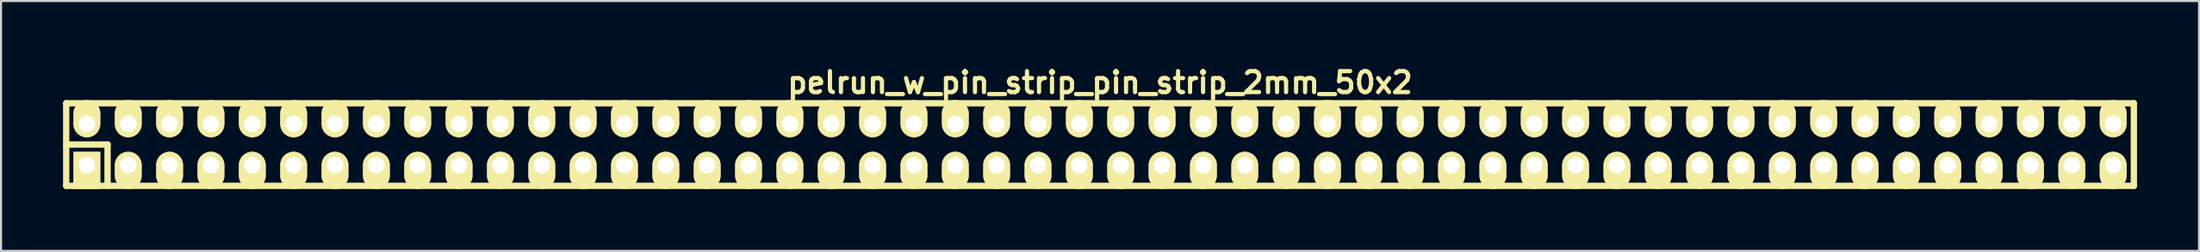
<source format=kicad_pcb>
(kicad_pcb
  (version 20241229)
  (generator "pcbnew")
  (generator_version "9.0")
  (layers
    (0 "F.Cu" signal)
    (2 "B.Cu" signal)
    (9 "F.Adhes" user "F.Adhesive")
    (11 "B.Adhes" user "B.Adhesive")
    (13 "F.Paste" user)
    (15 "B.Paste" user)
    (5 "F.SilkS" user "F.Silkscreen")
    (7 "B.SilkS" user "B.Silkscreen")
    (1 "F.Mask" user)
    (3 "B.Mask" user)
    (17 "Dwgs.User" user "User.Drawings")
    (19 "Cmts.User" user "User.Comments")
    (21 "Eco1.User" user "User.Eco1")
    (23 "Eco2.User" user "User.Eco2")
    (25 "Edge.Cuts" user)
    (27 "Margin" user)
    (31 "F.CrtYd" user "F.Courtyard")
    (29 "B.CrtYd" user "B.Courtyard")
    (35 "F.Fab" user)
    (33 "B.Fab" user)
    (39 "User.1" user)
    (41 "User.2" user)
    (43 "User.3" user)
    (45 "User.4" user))
  (footprint "pelrun_w_pin_strip_pin_strip_2mm_50x2"
    (layer "F.Cu")
    (at 50.152 3.951)
    (property "Reference" "pelrun_w_pin_strip_pin_strip_2mm_50x2" (at 0 -3 0) (layer "F.SilkS") (effects (font (size 1.016 1.016) (thickness 0.203))))
    (attr through_hole)
    (fp_line (start -50 -2) (end 50 -2) (stroke (width 0.305) (type solid)) (layer "F.SilkS"))
    (fp_line (start -50 0) (end -48 0) (stroke (width 0.305) (type solid)) (layer "F.SilkS"))
    (fp_line (start -50 2) (end -50 -2) (stroke (width 0.305) (type solid)) (layer "F.SilkS"))
    (fp_line (start -48 0) (end -48 2) (stroke (width 0.305) (type solid)) (layer "F.SilkS"))
    (fp_line (start 50 -2) (end 50 2) (stroke (width 0.305) (type solid)) (layer "F.SilkS"))
    (fp_line (start 50 2) (end -50 2) (stroke (width 0.305) (type solid)) (layer "F.SilkS"))
    (pad "1" thru_hole rect (at -49 1) (size 1.3 1.8) (drill 0.8 (offset 0 0.25)) (layers "*.Cu" "*.Mask" "F.SilkS"))
    (pad "2" thru_hole oval (at -49 -1) (size 1.3 1.8) (drill 0.8 (offset 0 -0.25)) (layers "*.Cu" "*.Mask" "F.SilkS"))
    (pad "3" thru_hole oval (at -47 1) (size 1.3 1.8) (drill 0.8 (offset 0 0.25)) (layers "*.Cu" "*.Mask" "F.SilkS"))
    (pad "4" thru_hole oval (at -47 -1) (size 1.3 1.8) (drill 0.8 (offset 0 -0.25)) (layers "*.Cu" "*.Mask" "F.SilkS"))
    (pad "5" thru_hole oval (at -45 1) (size 1.3 1.8) (drill 0.8 (offset 0 0.25)) (layers "*.Cu" "*.Mask" "F.SilkS"))
    (pad "6" thru_hole oval (at -45 -1) (size 1.3 1.8) (drill 0.8 (offset 0 -0.25)) (layers "*.Cu" "*.Mask" "F.SilkS"))
    (pad "7" thru_hole oval (at -43 1) (size 1.3 1.8) (drill 0.8 (offset 0 0.25)) (layers "*.Cu" "*.Mask" "F.SilkS"))
    (pad "8" thru_hole oval (at -43 -1) (size 1.3 1.8) (drill 0.8 (offset 0 -0.25)) (layers "*.Cu" "*.Mask" "F.SilkS"))
    (pad "9" thru_hole oval (at -41 1) (size 1.3 1.8) (drill 0.8 (offset 0 0.25)) (layers "*.Cu" "*.Mask" "F.SilkS"))
    (pad "10" thru_hole oval (at -41 -1) (size 1.3 1.8) (drill 0.8 (offset 0 -0.25)) (layers "*.Cu" "*.Mask" "F.SilkS"))
    (pad "11" thru_hole oval (at -39 1) (size 1.3 1.8) (drill 0.8 (offset 0 0.25)) (layers "*.Cu" "*.Mask" "F.SilkS"))
    (pad "12" thru_hole oval (at -39 -1) (size 1.3 1.8) (drill 0.8 (offset 0 -0.25)) (layers "*.Cu" "*.Mask" "F.SilkS"))
    (pad "13" thru_hole oval (at -37 1) (size 1.3 1.8) (drill 0.8 (offset 0 0.25)) (layers "*.Cu" "*.Mask" "F.SilkS"))
    (pad "14" thru_hole oval (at -37 -1) (size 1.3 1.8) (drill 0.8 (offset 0 -0.25)) (layers "*.Cu" "*.Mask" "F.SilkS"))
    (pad "15" thru_hole oval (at -35 1) (size 1.3 1.8) (drill 0.8 (offset 0 0.25)) (layers "*.Cu" "*.Mask" "F.SilkS"))
    (pad "16" thru_hole oval (at -35 -1) (size 1.3 1.8) (drill 0.8 (offset 0 -0.25)) (layers "*.Cu" "*.Mask" "F.SilkS"))
    (pad "17" thru_hole oval (at -33 1) (size 1.3 1.8) (drill 0.8 (offset 0 0.25)) (layers "*.Cu" "*.Mask" "F.SilkS"))
    (pad "18" thru_hole oval (at -33 -1) (size 1.3 1.8) (drill 0.8 (offset 0 -0.25)) (layers "*.Cu" "*.Mask" "F.SilkS"))
    (pad "19" thru_hole oval (at -31 1) (size 1.3 1.8) (drill 0.8 (offset 0 0.25)) (layers "*.Cu" "*.Mask" "F.SilkS"))
    (pad "20" thru_hole oval (at -31 -1) (size 1.3 1.8) (drill 0.8 (offset 0 -0.25)) (layers "*.Cu" "*.Mask" "F.SilkS"))
    (pad "21" thru_hole oval (at -29 1) (size 1.3 1.8) (drill 0.8 (offset 0 0.25)) (layers "*.Cu" "*.Mask" "F.SilkS"))
    (pad "22" thru_hole oval (at -29 -1) (size 1.3 1.8) (drill 0.8 (offset 0 -0.25)) (layers "*.Cu" "*.Mask" "F.SilkS"))
    (pad "23" thru_hole oval (at -27 1) (size 1.3 1.8) (drill 0.8 (offset 0 0.25)) (layers "*.Cu" "*.Mask" "F.SilkS"))
    (pad "24" thru_hole oval (at -27 -1) (size 1.3 1.8) (drill 0.8 (offset 0 -0.25)) (layers "*.Cu" "*.Mask" "F.SilkS"))
    (pad "25" thru_hole oval (at -25 1) (size 1.3 1.8) (drill 0.8 (offset 0 0.25)) (layers "*.Cu" "*.Mask" "F.SilkS"))
    (pad "26" thru_hole oval (at -25 -1) (size 1.3 1.8) (drill 0.8 (offset 0 -0.25)) (layers "*.Cu" "*.Mask" "F.SilkS"))
    (pad "27" thru_hole oval (at -23 1) (size 1.3 1.8) (drill 0.8 (offset 0 0.25)) (layers "*.Cu" "*.Mask" "F.SilkS"))
    (pad "28" thru_hole oval (at -23 -1) (size 1.3 1.8) (drill 0.8 (offset 0 -0.25)) (layers "*.Cu" "*.Mask" "F.SilkS"))
    (pad "29" thru_hole oval (at -21 1) (size 1.3 1.8) (drill 0.8 (offset 0 0.25)) (layers "*.Cu" "*.Mask" "F.SilkS"))
    (pad "30" thru_hole oval (at -21 -1) (size 1.3 1.8) (drill 0.8 (offset 0 -0.25)) (layers "*.Cu" "*.Mask" "F.SilkS"))
    (pad "31" thru_hole oval (at -19 1) (size 1.3 1.8) (drill 0.8 (offset 0 0.25)) (layers "*.Cu" "*.Mask" "F.SilkS"))
    (pad "32" thru_hole oval (at -19 -1) (size 1.3 1.8) (drill 0.8 (offset 0 -0.25)) (layers "*.Cu" "*.Mask" "F.SilkS"))
    (pad "33" thru_hole oval (at -17 1) (size 1.3 1.8) (drill 0.8 (offset 0 0.25)) (layers "*.Cu" "*.Mask" "F.SilkS"))
    (pad "34" thru_hole oval (at -17 -1) (size 1.3 1.8) (drill 0.8 (offset 0 -0.25)) (layers "*.Cu" "*.Mask" "F.SilkS"))
    (pad "35" thru_hole oval (at -15 1) (size 1.3 1.8) (drill 0.8 (offset 0 0.25)) (layers "*.Cu" "*.Mask" "F.SilkS"))
    (pad "36" thru_hole oval (at -15 -1) (size 1.3 1.8) (drill 0.8 (offset 0 -0.25)) (layers "*.Cu" "*.Mask" "F.SilkS"))
    (pad "37" thru_hole oval (at -13 1) (size 1.3 1.8) (drill 0.8 (offset 0 0.25)) (layers "*.Cu" "*.Mask" "F.SilkS"))
    (pad "38" thru_hole oval (at -13 -1) (size 1.3 1.8) (drill 0.8 (offset 0 -0.25)) (layers "*.Cu" "*.Mask" "F.SilkS"))
    (pad "39" thru_hole oval (at -11 1) (size 1.3 1.8) (drill 0.8 (offset 0 0.25)) (layers "*.Cu" "*.Mask" "F.SilkS"))
    (pad "40" thru_hole oval (at -11 -1) (size 1.3 1.8) (drill 0.8 (offset 0 -0.25)) (layers "*.Cu" "*.Mask" "F.SilkS"))
    (pad "41" thru_hole oval (at -9 1) (size 1.3 1.8) (drill 0.8 (offset 0 0.25)) (layers "*.Cu" "*.Mask" "F.SilkS"))
    (pad "42" thru_hole oval (at -9 -1) (size 1.3 1.8) (drill 0.8 (offset 0 -0.25)) (layers "*.Cu" "*.Mask" "F.SilkS"))
    (pad "43" thru_hole oval (at -7 1) (size 1.3 1.8) (drill 0.8 (offset 0 0.25)) (layers "*.Cu" "*.Mask" "F.SilkS"))
    (pad "44" thru_hole oval (at -7 -1) (size 1.3 1.8) (drill 0.8 (offset 0 -0.25)) (layers "*.Cu" "*.Mask" "F.SilkS"))
    (pad "45" thru_hole oval (at -5 1) (size 1.3 1.8) (drill 0.8 (offset 0 0.25)) (layers "*.Cu" "*.Mask" "F.SilkS"))
    (pad "46" thru_hole oval (at -5 -1) (size 1.3 1.8) (drill 0.8 (offset 0 -0.25)) (layers "*.Cu" "*.Mask" "F.SilkS"))
    (pad "47" thru_hole oval (at -3 1) (size 1.3 1.8) (drill 0.8 (offset 0 0.25)) (layers "*.Cu" "*.Mask" "F.SilkS"))
    (pad "48" thru_hole oval (at -3 -1) (size 1.3 1.8) (drill 0.8 (offset 0 -0.25)) (layers "*.Cu" "*.Mask" "F.SilkS"))
    (pad "49" thru_hole oval (at -1 1) (size 1.3 1.8) (drill 0.8 (offset 0 0.25)) (layers "*.Cu" "*.Mask" "F.SilkS"))
    (pad "50" thru_hole oval (at -1 -1) (size 1.3 1.8) (drill 0.8 (offset 0 -0.25)) (layers "*.Cu" "*.Mask" "F.SilkS"))
    (pad "51" thru_hole oval (at 1 1) (size 1.3 1.8) (drill 0.8 (offset 0 0.25)) (layers "*.Cu" "*.Mask" "F.SilkS"))
    (pad "52" thru_hole oval (at 1 -1) (size 1.3 1.8) (drill 0.8 (offset 0 -0.25)) (layers "*.Cu" "*.Mask" "F.SilkS"))
    (pad "53" thru_hole oval (at 3 1) (size 1.3 1.8) (drill 0.8 (offset 0 0.25)) (layers "*.Cu" "*.Mask" "F.SilkS"))
    (pad "54" thru_hole oval (at 3 -1) (size 1.3 1.8) (drill 0.8 (offset 0 -0.25)) (layers "*.Cu" "*.Mask" "F.SilkS"))
    (pad "55" thru_hole oval (at 5 1) (size 1.3 1.8) (drill 0.8 (offset 0 0.25)) (layers "*.Cu" "*.Mask" "F.SilkS"))
    (pad "56" thru_hole oval (at 5 -1) (size 1.3 1.8) (drill 0.8 (offset 0 -0.25)) (layers "*.Cu" "*.Mask" "F.SilkS"))
    (pad "57" thru_hole oval (at 7 1) (size 1.3 1.8) (drill 0.8 (offset 0 0.25)) (layers "*.Cu" "*.Mask" "F.SilkS"))
    (pad "58" thru_hole oval (at 7 -1) (size 1.3 1.8) (drill 0.8 (offset 0 -0.25)) (layers "*.Cu" "*.Mask" "F.SilkS"))
    (pad "59" thru_hole oval (at 9 1) (size 1.3 1.8) (drill 0.8 (offset 0 0.25)) (layers "*.Cu" "*.Mask" "F.SilkS"))
    (pad "60" thru_hole oval (at 9 -1) (size 1.3 1.8) (drill 0.8 (offset 0 -0.25)) (layers "*.Cu" "*.Mask" "F.SilkS"))
    (pad "61" thru_hole oval (at 11 1) (size 1.3 1.8) (drill 0.8 (offset 0 0.25)) (layers "*.Cu" "*.Mask" "F.SilkS"))
    (pad "62" thru_hole oval (at 11 -1) (size 1.3 1.8) (drill 0.8 (offset 0 -0.25)) (layers "*.Cu" "*.Mask" "F.SilkS"))
    (pad "63" thru_hole oval (at 13 1) (size 1.3 1.8) (drill 0.8 (offset 0 0.25)) (layers "*.Cu" "*.Mask" "F.SilkS"))
    (pad "64" thru_hole oval (at 13 -1) (size 1.3 1.8) (drill 0.8 (offset 0 -0.25)) (layers "*.Cu" "*.Mask" "F.SilkS"))
    (pad "65" thru_hole oval (at 15 1) (size 1.3 1.8) (drill 0.8 (offset 0 0.25)) (layers "*.Cu" "*.Mask" "F.SilkS"))
    (pad "66" thru_hole oval (at 15 -1) (size 1.3 1.8) (drill 0.8 (offset 0 -0.25)) (layers "*.Cu" "*.Mask" "F.SilkS"))
    (pad "67" thru_hole oval (at 17 1) (size 1.3 1.8) (drill 0.8 (offset 0 0.25)) (layers "*.Cu" "*.Mask" "F.SilkS"))
    (pad "68" thru_hole oval (at 17 -1) (size 1.3 1.8) (drill 0.8 (offset 0 -0.25)) (layers "*.Cu" "*.Mask" "F.SilkS"))
    (pad "69" thru_hole oval (at 19 1) (size 1.3 1.8) (drill 0.8 (offset 0 0.25)) (layers "*.Cu" "*.Mask" "F.SilkS"))
    (pad "70" thru_hole oval (at 19 -1) (size 1.3 1.8) (drill 0.8 (offset 0 -0.25)) (layers "*.Cu" "*.Mask" "F.SilkS"))
    (pad "71" thru_hole oval (at 21 1) (size 1.3 1.8) (drill 0.8 (offset 0 0.25)) (layers "*.Cu" "*.Mask" "F.SilkS"))
    (pad "72" thru_hole oval (at 21 -1) (size 1.3 1.8) (drill 0.8 (offset 0 -0.25)) (layers "*.Cu" "*.Mask" "F.SilkS"))
    (pad "73" thru_hole oval (at 23 1) (size 1.3 1.8) (drill 0.8 (offset 0 0.25)) (layers "*.Cu" "*.Mask" "F.SilkS"))
    (pad "74" thru_hole oval (at 23 -1) (size 1.3 1.8) (drill 0.8 (offset 0 -0.25)) (layers "*.Cu" "*.Mask" "F.SilkS"))
    (pad "75" thru_hole oval (at 25 1) (size 1.3 1.8) (drill 0.8 (offset 0 0.25)) (layers "*.Cu" "*.Mask" "F.SilkS"))
    (pad "76" thru_hole oval (at 25 -1) (size 1.3 1.8) (drill 0.8 (offset 0 -0.25)) (layers "*.Cu" "*.Mask" "F.SilkS"))
    (pad "77" thru_hole oval (at 27 1) (size 1.3 1.8) (drill 0.8 (offset 0 0.25)) (layers "*.Cu" "*.Mask" "F.SilkS"))
    (pad "78" thru_hole oval (at 27 -1) (size 1.3 1.8) (drill 0.8 (offset 0 -0.25)) (layers "*.Cu" "*.Mask" "F.SilkS"))
    (pad "79" thru_hole oval (at 29 1) (size 1.3 1.8) (drill 0.8 (offset 0 0.25)) (layers "*.Cu" "*.Mask" "F.SilkS"))
    (pad "80" thru_hole oval (at 29 -1) (size 1.3 1.8) (drill 0.8 (offset 0 -0.25)) (layers "*.Cu" "*.Mask" "F.SilkS"))
    (pad "81" thru_hole oval (at 31 1) (size 1.3 1.8) (drill 0.8 (offset 0 0.25)) (layers "*.Cu" "*.Mask" "F.SilkS"))
    (pad "82" thru_hole oval (at 31 -1) (size 1.3 1.8) (drill 0.8 (offset 0 -0.25)) (layers "*.Cu" "*.Mask" "F.SilkS"))
    (pad "83" thru_hole oval (at 33 1) (size 1.3 1.8) (drill 0.8 (offset 0 0.25)) (layers "*.Cu" "*.Mask" "F.SilkS"))
    (pad "84" thru_hole oval (at 33 -1) (size 1.3 1.8) (drill 0.8 (offset 0 -0.25)) (layers "*.Cu" "*.Mask" "F.SilkS"))
    (pad "85" thru_hole oval (at 35 1) (size 1.3 1.8) (drill 0.8 (offset 0 0.25)) (layers "*.Cu" "*.Mask" "F.SilkS"))
    (pad "86" thru_hole oval (at 35 -1) (size 1.3 1.8) (drill 0.8 (offset 0 -0.25)) (layers "*.Cu" "*.Mask" "F.SilkS"))
    (pad "87" thru_hole oval (at 37 1) (size 1.3 1.8) (drill 0.8 (offset 0 0.25)) (layers "*.Cu" "*.Mask" "F.SilkS"))
    (pad "88" thru_hole oval (at 37 -1) (size 1.3 1.8) (drill 0.8 (offset 0 -0.25)) (layers "*.Cu" "*.Mask" "F.SilkS"))
    (pad "89" thru_hole oval (at 39 1) (size 1.3 1.8) (drill 0.8 (offset 0 0.25)) (layers "*.Cu" "*.Mask" "F.SilkS"))
    (pad "90" thru_hole oval (at 39 -1) (size 1.3 1.8) (drill 0.8 (offset 0 -0.25)) (layers "*.Cu" "*.Mask" "F.SilkS"))
    (pad "91" thru_hole oval (at 41 1) (size 1.3 1.8) (drill 0.8 (offset 0 0.25)) (layers "*.Cu" "*.Mask" "F.SilkS"))
    (pad "92" thru_hole oval (at 41 -1) (size 1.3 1.8) (drill 0.8 (offset 0 -0.25)) (layers "*.Cu" "*.Mask" "F.SilkS"))
    (pad "93" thru_hole oval (at 43 1) (size 1.3 1.8) (drill 0.8 (offset 0 0.25)) (layers "*.Cu" "*.Mask" "F.SilkS"))
    (pad "94" thru_hole oval (at 43 -1) (size 1.3 1.8) (drill 0.8 (offset 0 -0.25)) (layers "*.Cu" "*.Mask" "F.SilkS"))
    (pad "95" thru_hole oval (at 45 1) (size 1.3 1.8) (drill 0.8 (offset 0 0.25)) (layers "*.Cu" "*.Mask" "F.SilkS"))
    (pad "96" thru_hole oval (at 45 -1) (size 1.3 1.8) (drill 0.8 (offset 0 -0.25)) (layers "*.Cu" "*.Mask" "F.SilkS"))
    (pad "97" thru_hole oval (at 47 1) (size 1.3 1.8) (drill 0.8 (offset 0 0.25)) (layers "*.Cu" "*.Mask" "F.SilkS"))
    (pad "98" thru_hole oval (at 47 -1) (size 1.3 1.8) (drill 0.8 (offset 0 -0.25)) (layers "*.Cu" "*.Mask" "F.SilkS"))
    (pad "99" thru_hole oval (at 49 1) (size 1.3 1.8) (drill 0.8 (offset 0 0.25)) (layers "*.Cu" "*.Mask" "F.SilkS"))
    (pad "100" thru_hole oval (at 49 -1) (size 1.3 1.8) (drill 0.8 (offset 0 -0.25)) (layers "*.Cu" "*.Mask" "F.SilkS")))
  (gr_rect
    (start -3 -3)
    (end 103.305 9.103)
    (stroke (width 0.1) (type default))
    (fill no)
    (layer "Edge.Cuts")))
</source>
